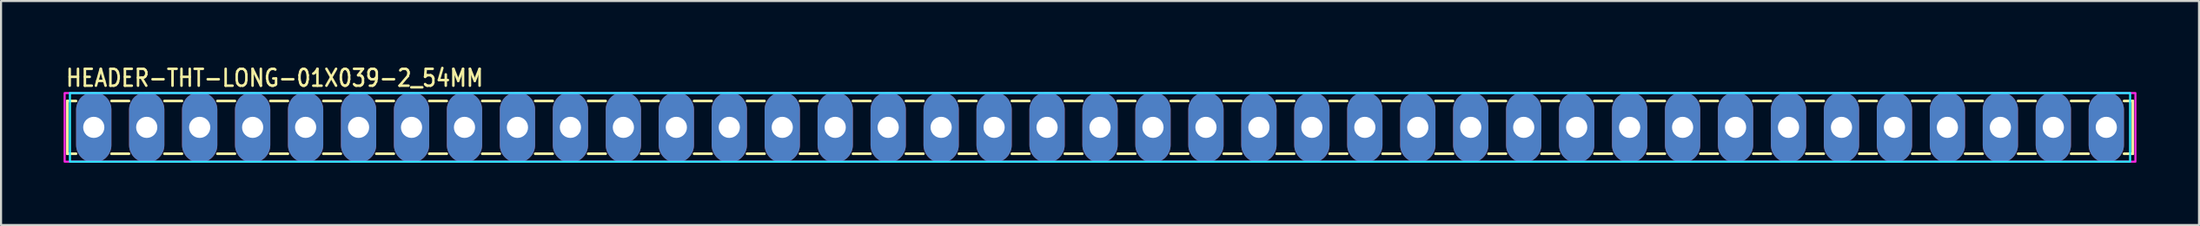
<source format=kicad_pcb>
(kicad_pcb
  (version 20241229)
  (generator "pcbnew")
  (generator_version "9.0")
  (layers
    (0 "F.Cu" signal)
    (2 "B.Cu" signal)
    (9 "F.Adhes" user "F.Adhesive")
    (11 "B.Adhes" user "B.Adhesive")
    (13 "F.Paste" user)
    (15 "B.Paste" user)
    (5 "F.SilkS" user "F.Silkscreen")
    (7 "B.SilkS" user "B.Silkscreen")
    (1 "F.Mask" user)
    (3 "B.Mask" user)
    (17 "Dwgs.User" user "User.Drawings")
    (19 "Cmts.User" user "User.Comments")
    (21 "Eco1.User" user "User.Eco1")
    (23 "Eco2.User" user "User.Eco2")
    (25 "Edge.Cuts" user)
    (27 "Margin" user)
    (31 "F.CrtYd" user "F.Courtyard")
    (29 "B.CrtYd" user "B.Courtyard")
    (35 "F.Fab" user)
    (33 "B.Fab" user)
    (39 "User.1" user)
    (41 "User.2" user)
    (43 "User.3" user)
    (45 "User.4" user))
  (footprint "HEADER-THT-LONG-01X039-2_54MM"
    (layer "F.Cu")
    (at 1.447 3.079)
    (property "Reference" "HEADER-THT-LONG-01X039-2_54MM" (at -1.4 -1.9 0) (unlocked yes) (layer "F.SilkS") (effects (font (size 0.813 0.695) (thickness 0.122)) (justify left bottom)))
    (fp_line (start -1.27 -1.27) (end -1.27 1.27) (stroke (width 0.127) (type solid)) (layer "F.SilkS"))
    (fp_line (start -1.27 1.27) (end -0.85 1.27) (stroke (width 0.127) (type solid)) (layer "F.SilkS"))
    (fp_line (start -0.85 -1.27) (end -1.27 -1.27) (stroke (width 0.127) (type solid)) (layer "F.SilkS"))
    (fp_line (start 0.85 -1.27) (end 1.69 -1.27) (stroke (width 0.127) (type solid)) (layer "F.SilkS"))
    (fp_line (start 0.85 1.27) (end 1.69 1.27) (stroke (width 0.127) (type solid)) (layer "F.SilkS"))
    (fp_line (start 3.39 -1.27) (end 4.23 -1.27) (stroke (width 0.127) (type solid)) (layer "F.SilkS"))
    (fp_line (start 3.39 1.27) (end 4.23 1.27) (stroke (width 0.127) (type solid)) (layer "F.SilkS"))
    (fp_line (start 5.93 -1.27) (end 6.77 -1.27) (stroke (width 0.127) (type solid)) (layer "F.SilkS"))
    (fp_line (start 5.93 1.27) (end 6.77 1.27) (stroke (width 0.127) (type solid)) (layer "F.SilkS"))
    (fp_line (start 8.47 -1.27) (end 9.31 -1.27) (stroke (width 0.127) (type solid)) (layer "F.SilkS"))
    (fp_line (start 8.47 1.27) (end 9.31 1.27) (stroke (width 0.127) (type solid)) (layer "F.SilkS"))
    (fp_line (start 11.01 -1.27) (end 11.85 -1.27) (stroke (width 0.127) (type solid)) (layer "F.SilkS"))
    (fp_line (start 11.01 1.27) (end 11.85 1.27) (stroke (width 0.127) (type solid)) (layer "F.SilkS"))
    (fp_line (start 13.55 -1.27) (end 14.39 -1.27) (stroke (width 0.127) (type solid)) (layer "F.SilkS"))
    (fp_line (start 13.55 1.27) (end 14.39 1.27) (stroke (width 0.127) (type solid)) (layer "F.SilkS"))
    (fp_line (start 16.09 -1.27) (end 16.93 -1.27) (stroke (width 0.127) (type solid)) (layer "F.SilkS"))
    (fp_line (start 16.09 1.27) (end 16.93 1.27) (stroke (width 0.127) (type solid)) (layer "F.SilkS"))
    (fp_line (start 18.63 -1.27) (end 19.47 -1.27) (stroke (width 0.127) (type solid)) (layer "F.SilkS"))
    (fp_line (start 18.63 1.27) (end 19.47 1.27) (stroke (width 0.127) (type solid)) (layer "F.SilkS"))
    (fp_line (start 21.17 -1.27) (end 22.01 -1.27) (stroke (width 0.127) (type solid)) (layer "F.SilkS"))
    (fp_line (start 21.17 1.27) (end 22.01 1.27) (stroke (width 0.127) (type solid)) (layer "F.SilkS"))
    (fp_line (start 23.71 -1.27) (end 24.55 -1.27) (stroke (width 0.127) (type solid)) (layer "F.SilkS"))
    (fp_line (start 23.71 1.27) (end 24.55 1.27) (stroke (width 0.127) (type solid)) (layer "F.SilkS"))
    (fp_line (start 26.25 -1.27) (end 27.09 -1.27) (stroke (width 0.127) (type solid)) (layer "F.SilkS"))
    (fp_line (start 26.25 1.27) (end 27.09 1.27) (stroke (width 0.127) (type solid)) (layer "F.SilkS"))
    (fp_line (start 28.79 -1.27) (end 29.63 -1.27) (stroke (width 0.127) (type solid)) (layer "F.SilkS"))
    (fp_line (start 28.79 1.27) (end 29.63 1.27) (stroke (width 0.127) (type solid)) (layer "F.SilkS"))
    (fp_line (start 31.33 -1.27) (end 32.17 -1.27) (stroke (width 0.127) (type solid)) (layer "F.SilkS"))
    (fp_line (start 31.33 1.27) (end 32.17 1.27) (stroke (width 0.127) (type solid)) (layer "F.SilkS"))
    (fp_line (start 33.87 -1.27) (end 34.71 -1.27) (stroke (width 0.127) (type solid)) (layer "F.SilkS"))
    (fp_line (start 33.87 1.27) (end 34.71 1.27) (stroke (width 0.127) (type solid)) (layer "F.SilkS"))
    (fp_line (start 36.41 -1.27) (end 37.25 -1.27) (stroke (width 0.127) (type solid)) (layer "F.SilkS"))
    (fp_line (start 36.41 1.27) (end 37.25 1.27) (stroke (width 0.127) (type solid)) (layer "F.SilkS"))
    (fp_line (start 38.95 -1.27) (end 39.79 -1.27) (stroke (width 0.127) (type solid)) (layer "F.SilkS"))
    (fp_line (start 38.95 1.27) (end 39.79 1.27) (stroke (width 0.127) (type solid)) (layer "F.SilkS"))
    (fp_line (start 41.49 -1.27) (end 42.33 -1.27) (stroke (width 0.127) (type solid)) (layer "F.SilkS"))
    (fp_line (start 41.49 1.27) (end 42.33 1.27) (stroke (width 0.127) (type solid)) (layer "F.SilkS"))
    (fp_line (start 44.03 -1.27) (end 44.87 -1.27) (stroke (width 0.127) (type solid)) (layer "F.SilkS"))
    (fp_line (start 44.03 1.27) (end 44.87 1.27) (stroke (width 0.127) (type solid)) (layer "F.SilkS"))
    (fp_line (start 46.57 -1.27) (end 47.41 -1.27) (stroke (width 0.127) (type solid)) (layer "F.SilkS"))
    (fp_line (start 46.57 1.27) (end 47.41 1.27) (stroke (width 0.127) (type solid)) (layer "F.SilkS"))
    (fp_line (start 49.11 -1.27) (end 49.95 -1.27) (stroke (width 0.127) (type solid)) (layer "F.SilkS"))
    (fp_line (start 49.11 1.27) (end 49.95 1.27) (stroke (width 0.127) (type solid)) (layer "F.SilkS"))
    (fp_line (start 51.65 -1.27) (end 52.49 -1.27) (stroke (width 0.127) (type solid)) (layer "F.SilkS"))
    (fp_line (start 51.65 1.27) (end 52.49 1.27) (stroke (width 0.127) (type solid)) (layer "F.SilkS"))
    (fp_line (start 54.19 -1.27) (end 55.03 -1.27) (stroke (width 0.127) (type solid)) (layer "F.SilkS"))
    (fp_line (start 54.19 1.27) (end 55.03 1.27) (stroke (width 0.127) (type solid)) (layer "F.SilkS"))
    (fp_line (start 56.73 -1.27) (end 57.57 -1.27) (stroke (width 0.127) (type solid)) (layer "F.SilkS"))
    (fp_line (start 56.73 1.27) (end 57.57 1.27) (stroke (width 0.127) (type solid)) (layer "F.SilkS"))
    (fp_line (start 59.27 -1.27) (end 60.11 -1.27) (stroke (width 0.127) (type solid)) (layer "F.SilkS"))
    (fp_line (start 59.27 1.27) (end 60.11 1.27) (stroke (width 0.127) (type solid)) (layer "F.SilkS"))
    (fp_line (start 61.81 -1.27) (end 62.65 -1.27) (stroke (width 0.127) (type solid)) (layer "F.SilkS"))
    (fp_line (start 61.81 1.27) (end 62.65 1.27) (stroke (width 0.127) (type solid)) (layer "F.SilkS"))
    (fp_line (start 64.35 -1.27) (end 65.19 -1.27) (stroke (width 0.127) (type solid)) (layer "F.SilkS"))
    (fp_line (start 64.35 1.27) (end 65.19 1.27) (stroke (width 0.127) (type solid)) (layer "F.SilkS"))
    (fp_line (start 66.89 -1.27) (end 67.73 -1.27) (stroke (width 0.127) (type solid)) (layer "F.SilkS"))
    (fp_line (start 66.89 1.27) (end 67.73 1.27) (stroke (width 0.127) (type solid)) (layer "F.SilkS"))
    (fp_line (start 69.43 -1.27) (end 70.27 -1.27) (stroke (width 0.127) (type solid)) (layer "F.SilkS"))
    (fp_line (start 69.43 1.27) (end 70.27 1.27) (stroke (width 0.127) (type solid)) (layer "F.SilkS"))
    (fp_line (start 71.97 -1.27) (end 72.81 -1.27) (stroke (width 0.127) (type solid)) (layer "F.SilkS"))
    (fp_line (start 71.97 1.27) (end 72.81 1.27) (stroke (width 0.127) (type solid)) (layer "F.SilkS"))
    (fp_line (start 74.51 -1.27) (end 75.35 -1.27) (stroke (width 0.127) (type solid)) (layer "F.SilkS"))
    (fp_line (start 74.51 1.27) (end 75.35 1.27) (stroke (width 0.127) (type solid)) (layer "F.SilkS"))
    (fp_line (start 77.05 -1.27) (end 77.89 -1.27) (stroke (width 0.127) (type solid)) (layer "F.SilkS"))
    (fp_line (start 77.05 1.27) (end 77.89 1.27) (stroke (width 0.127) (type solid)) (layer "F.SilkS"))
    (fp_line (start 79.59 -1.27) (end 80.43 -1.27) (stroke (width 0.127) (type solid)) (layer "F.SilkS"))
    (fp_line (start 79.59 1.27) (end 80.43 1.27) (stroke (width 0.127) (type solid)) (layer "F.SilkS"))
    (fp_line (start 82.13 -1.27) (end 82.97 -1.27) (stroke (width 0.127) (type solid)) (layer "F.SilkS"))
    (fp_line (start 82.13 1.27) (end 82.97 1.27) (stroke (width 0.127) (type solid)) (layer "F.SilkS"))
    (fp_line (start 84.67 -1.27) (end 85.51 -1.27) (stroke (width 0.127) (type solid)) (layer "F.SilkS"))
    (fp_line (start 84.67 1.27) (end 85.51 1.27) (stroke (width 0.127) (type solid)) (layer "F.SilkS"))
    (fp_line (start 87.21 -1.27) (end 88.05 -1.27) (stroke (width 0.127) (type solid)) (layer "F.SilkS"))
    (fp_line (start 87.21 1.27) (end 88.05 1.27) (stroke (width 0.127) (type solid)) (layer "F.SilkS"))
    (fp_line (start 89.75 -1.27) (end 90.59 -1.27) (stroke (width 0.127) (type solid)) (layer "F.SilkS"))
    (fp_line (start 89.75 1.27) (end 90.59 1.27) (stroke (width 0.127) (type solid)) (layer "F.SilkS"))
    (fp_line (start 92.29 -1.27) (end 93.13 -1.27) (stroke (width 0.127) (type solid)) (layer "F.SilkS"))
    (fp_line (start 92.29 1.27) (end 93.13 1.27) (stroke (width 0.127) (type solid)) (layer "F.SilkS"))
    (fp_line (start 94.83 -1.27) (end 95.67 -1.27) (stroke (width 0.127) (type solid)) (layer "F.SilkS"))
    (fp_line (start 94.83 1.27) (end 95.67 1.27) (stroke (width 0.127) (type solid)) (layer "F.SilkS"))
    (fp_line (start 97.37 -1.27) (end 97.79 -1.27) (stroke (width 0.127) (type solid)) (layer "F.SilkS"))
    (fp_line (start 97.79 -1.27) (end 97.79 1.27) (stroke (width 0.127) (type solid)) (layer "F.SilkS"))
    (fp_line (start 97.79 1.27) (end 97.37 1.27) (stroke (width 0.127) (type solid)) (layer "F.SilkS"))
    (fp_poly (pts (xy -1.143 -1.651) (xy 97.663 -1.651) (xy 97.663 1.651) (xy -1.143 1.651)) (stroke (width 0.1) (type solid)) (fill no) (layer "B.CrtYd"))
    (fp_poly (pts (xy -1.397 -1.651) (xy 97.917 -1.651) (xy 97.917 1.651) (xy -1.397 1.651)) (stroke (width 0.1) (type solid)) (fill no) (layer "F.CrtYd"))
    (pad "1" thru_hole oval (at 0 0 90) (size 3.387 1.693) (drill 1.016) (layers "*.Cu" "*.Mask"))
    (pad "2" thru_hole oval (at 2.54 0 90) (size 3.387 1.693) (drill 1.016) (layers "*.Cu" "*.Mask"))
    (pad "3" thru_hole oval (at 5.08 0 90) (size 3.387 1.693) (drill 1.016) (layers "*.Cu" "*.Mask"))
    (pad "4" thru_hole oval (at 7.62 0 90) (size 3.387 1.693) (drill 1.016) (layers "*.Cu" "*.Mask"))
    (pad "5" thru_hole oval (at 10.16 0 90) (size 3.387 1.693) (drill 1.016) (layers "*.Cu" "*.Mask"))
    (pad "6" thru_hole oval (at 12.7 0 90) (size 3.387 1.693) (drill 1.016) (layers "*.Cu" "*.Mask"))
    (pad "7" thru_hole oval (at 15.24 0 90) (size 3.387 1.693) (drill 1.016) (layers "*.Cu" "*.Mask"))
    (pad "8" thru_hole oval (at 17.78 0 90) (size 3.387 1.693) (drill 1.016) (layers "*.Cu" "*.Mask"))
    (pad "9" thru_hole oval (at 20.32 0 90) (size 3.387 1.693) (drill 1.016) (layers "*.Cu" "*.Mask"))
    (pad "10" thru_hole oval (at 22.86 0 90) (size 3.387 1.693) (drill 1.016) (layers "*.Cu" "*.Mask"))
    (pad "11" thru_hole oval (at 25.4 0 90) (size 3.387 1.693) (drill 1.016) (layers "*.Cu" "*.Mask"))
    (pad "12" thru_hole oval (at 27.94 0 90) (size 3.387 1.693) (drill 1.016) (layers "*.Cu" "*.Mask"))
    (pad "13" thru_hole oval (at 30.48 0 90) (size 3.387 1.693) (drill 1.016) (layers "*.Cu" "*.Mask"))
    (pad "14" thru_hole oval (at 33.02 0 90) (size 3.387 1.693) (drill 1.016) (layers "*.Cu" "*.Mask"))
    (pad "15" thru_hole oval (at 35.56 0 90) (size 3.387 1.693) (drill 1.016) (layers "*.Cu" "*.Mask"))
    (pad "16" thru_hole oval (at 38.1 0 90) (size 3.387 1.693) (drill 1.016) (layers "*.Cu" "*.Mask"))
    (pad "17" thru_hole oval (at 40.64 0 90) (size 3.387 1.693) (drill 1.016) (layers "*.Cu" "*.Mask"))
    (pad "18" thru_hole oval (at 43.18 0 90) (size 3.387 1.693) (drill 1.016) (layers "*.Cu" "*.Mask"))
    (pad "19" thru_hole oval (at 45.72 0 90) (size 3.387 1.693) (drill 1.016) (layers "*.Cu" "*.Mask"))
    (pad "20" thru_hole oval (at 48.26 0 90) (size 3.387 1.693) (drill 1.016) (layers "*.Cu" "*.Mask"))
    (pad "21" thru_hole oval (at 50.8 0 90) (size 3.387 1.693) (drill 1.016) (layers "*.Cu" "*.Mask"))
    (pad "22" thru_hole oval (at 53.34 0 90) (size 3.387 1.693) (drill 1.016) (layers "*.Cu" "*.Mask"))
    (pad "23" thru_hole oval (at 55.88 0 90) (size 3.387 1.693) (drill 1.016) (layers "*.Cu" "*.Mask"))
    (pad "24" thru_hole oval (at 58.42 0 90) (size 3.387 1.693) (drill 1.016) (layers "*.Cu" "*.Mask"))
    (pad "25" thru_hole oval (at 60.96 0 90) (size 3.387 1.693) (drill 1.016) (layers "*.Cu" "*.Mask"))
    (pad "26" thru_hole oval (at 63.5 0 90) (size 3.387 1.693) (drill 1.016) (layers "*.Cu" "*.Mask"))
    (pad "27" thru_hole oval (at 66.04 0 90) (size 3.387 1.693) (drill 1.016) (layers "*.Cu" "*.Mask"))
    (pad "28" thru_hole oval (at 68.58 0 90) (size 3.387 1.693) (drill 1.016) (layers "*.Cu" "*.Mask"))
    (pad "29" thru_hole oval (at 71.12 0 90) (size 3.387 1.693) (drill 1.016) (layers "*.Cu" "*.Mask"))
    (pad "30" thru_hole oval (at 73.66 0 90) (size 3.387 1.693) (drill 1.016) (layers "*.Cu" "*.Mask"))
    (pad "31" thru_hole oval (at 76.2 0 90) (size 3.387 1.693) (drill 1.016) (layers "*.Cu" "*.Mask"))
    (pad "32" thru_hole oval (at 78.74 0 90) (size 3.387 1.693) (drill 1.016) (layers "*.Cu" "*.Mask"))
    (pad "33" thru_hole oval (at 81.28 0 90) (size 3.387 1.693) (drill 1.016) (layers "*.Cu" "*.Mask"))
    (pad "34" thru_hole oval (at 83.82 0 90) (size 3.387 1.693) (drill 1.016) (layers "*.Cu" "*.Mask"))
    (pad "35" thru_hole oval (at 86.36 0 90) (size 3.387 1.693) (drill 1.016) (layers "*.Cu" "*.Mask"))
    (pad "36" thru_hole oval (at 88.9 0 90) (size 3.387 1.693) (drill 1.016) (layers "*.Cu" "*.Mask"))
    (pad "37" thru_hole oval (at 91.44 0 90) (size 3.387 1.693) (drill 1.016) (layers "*.Cu" "*.Mask"))
    (pad "38" thru_hole oval (at 93.98 0 90) (size 3.387 1.693) (drill 1.016) (layers "*.Cu" "*.Mask"))
    (pad "39" thru_hole oval (at 96.52 0 90) (size 3.387 1.693) (drill 1.016) (layers "*.Cu" "*.Mask")))
  (gr_rect
    (start -3 -3)
    (end 102.414 7.78)
    (stroke (width 0.1) (type default))
    (fill no)
    (layer "Edge.Cuts")))
</source>
